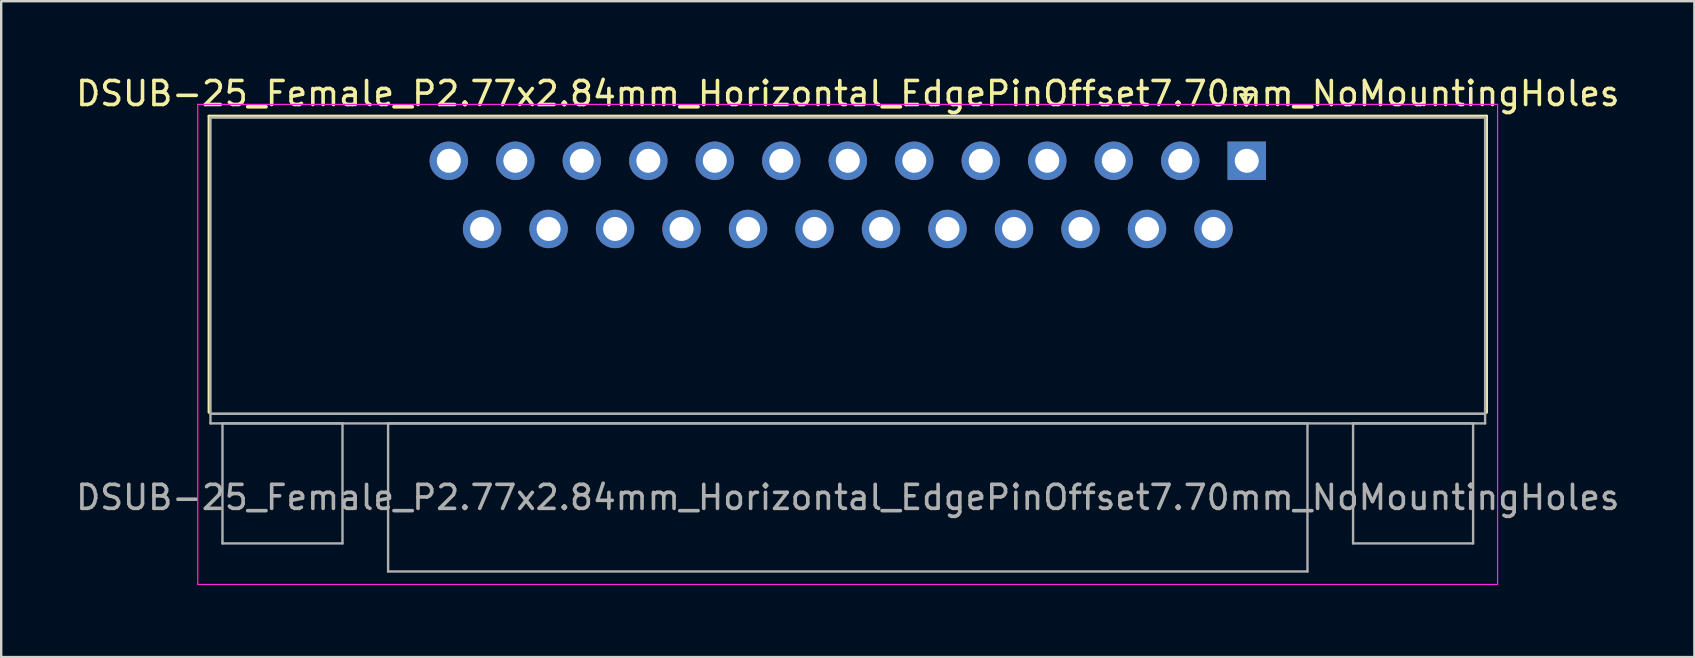
<source format=kicad_pcb>
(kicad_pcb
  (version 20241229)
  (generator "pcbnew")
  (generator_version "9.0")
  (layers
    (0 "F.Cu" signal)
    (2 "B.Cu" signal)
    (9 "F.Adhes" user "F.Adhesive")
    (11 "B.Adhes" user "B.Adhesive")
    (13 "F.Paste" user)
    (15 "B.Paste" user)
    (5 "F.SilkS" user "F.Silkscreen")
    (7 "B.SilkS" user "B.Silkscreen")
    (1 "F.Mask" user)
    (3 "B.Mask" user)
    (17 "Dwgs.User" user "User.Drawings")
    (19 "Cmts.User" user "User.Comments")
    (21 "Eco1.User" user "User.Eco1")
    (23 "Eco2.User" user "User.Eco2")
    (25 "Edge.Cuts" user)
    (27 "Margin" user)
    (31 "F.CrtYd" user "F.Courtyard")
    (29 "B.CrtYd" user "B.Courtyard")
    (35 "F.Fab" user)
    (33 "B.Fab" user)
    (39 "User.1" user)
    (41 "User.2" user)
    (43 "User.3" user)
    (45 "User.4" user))
  (footprint "DSUB-25_Female_P2.77x2.84mm_Horizontal_EdgePinOffset7.70mm_NoMountingHoles"
    (layer "F.Cu")
    (at 48.888 3.648)
    (property "Reference" "DSUB-25_Female_P2.77x2.84mm_Horizontal_EdgePinOffset7.70mm_NoMountingHoles" (at -16.62 -2.8 0) (layer "F.SilkS") (effects (font (size 1 1) (thickness 0.15))))
    (attr through_hole)
    (fp_line (start -43.23 -1.86) (end 9.99 -1.86) (stroke (width 0.12) (type solid)) (layer "F.SilkS"))
    (fp_line (start -43.23 10.48) (end -43.23 -1.86) (stroke (width 0.12) (type solid)) (layer "F.SilkS"))
    (fp_line (start -0.25 -2.754) (end 0.25 -2.754) (stroke (width 0.12) (type solid)) (layer "F.SilkS"))
    (fp_line (start 0 -2.321) (end -0.25 -2.754) (stroke (width 0.12) (type solid)) (layer "F.SilkS"))
    (fp_line (start 0.25 -2.754) (end 0 -2.321) (stroke (width 0.12) (type solid)) (layer "F.SilkS"))
    (fp_line (start 9.99 -1.86) (end 9.99 10.48) (stroke (width 0.12) (type solid)) (layer "F.SilkS"))
    (fp_line (start -43.7 -2.35) (end -43.7 17.65) (stroke (width 0.05) (type solid)) (layer "F.CrtYd"))
    (fp_line (start -43.7 17.65) (end 10.45 17.65) (stroke (width 0.05) (type solid)) (layer "F.CrtYd"))
    (fp_line (start 10.45 -2.35) (end -43.7 -2.35) (stroke (width 0.05) (type solid)) (layer "F.CrtYd"))
    (fp_line (start 10.45 17.65) (end 10.45 -2.35) (stroke (width 0.05) (type solid)) (layer "F.CrtYd"))
    (fp_line (start -43.17 -1.8) (end -43.17 10.54) (stroke (width 0.1) (type solid)) (layer "F.Fab"))
    (fp_line (start -43.17 10.54) (end -43.17 10.94) (stroke (width 0.1) (type solid)) (layer "F.Fab"))
    (fp_line (start -43.17 10.54) (end 9.93 10.54) (stroke (width 0.1) (type solid)) (layer "F.Fab"))
    (fp_line (start -43.17 10.94) (end 9.93 10.94) (stroke (width 0.1) (type solid)) (layer "F.Fab"))
    (fp_line (start -42.67 10.94) (end -42.67 15.94) (stroke (width 0.1) (type solid)) (layer "F.Fab"))
    (fp_line (start -42.67 15.94) (end -37.67 15.94) (stroke (width 0.1) (type solid)) (layer "F.Fab"))
    (fp_line (start -37.67 10.94) (end -42.67 10.94) (stroke (width 0.1) (type solid)) (layer "F.Fab"))
    (fp_line (start -37.67 15.94) (end -37.67 10.94) (stroke (width 0.1) (type solid)) (layer "F.Fab"))
    (fp_line (start -35.77 10.94) (end -35.77 17.11) (stroke (width 0.1) (type solid)) (layer "F.Fab"))
    (fp_line (start -35.77 17.11) (end 2.53 17.11) (stroke (width 0.1) (type solid)) (layer "F.Fab"))
    (fp_line (start 2.53 10.94) (end -35.77 10.94) (stroke (width 0.1) (type solid)) (layer "F.Fab"))
    (fp_line (start 2.53 17.11) (end 2.53 10.94) (stroke (width 0.1) (type solid)) (layer "F.Fab"))
    (fp_line (start 4.43 10.94) (end 4.43 15.94) (stroke (width 0.1) (type solid)) (layer "F.Fab"))
    (fp_line (start 4.43 15.94) (end 9.43 15.94) (stroke (width 0.1) (type solid)) (layer "F.Fab"))
    (fp_line (start 9.43 10.94) (end 4.43 10.94) (stroke (width 0.1) (type solid)) (layer "F.Fab"))
    (fp_line (start 9.43 15.94) (end 9.43 10.94) (stroke (width 0.1) (type solid)) (layer "F.Fab"))
    (fp_line (start 9.93 -1.8) (end -43.17 -1.8) (stroke (width 0.1) (type solid)) (layer "F.Fab"))
    (fp_line (start 9.93 10.54) (end -43.17 10.54) (stroke (width 0.1) (type solid)) (layer "F.Fab"))
    (fp_line (start 9.93 10.54) (end 9.93 -1.8) (stroke (width 0.1) (type solid)) (layer "F.Fab"))
    (fp_line (start 9.93 10.94) (end 9.93 10.54) (stroke (width 0.1) (type solid)) (layer "F.Fab"))
    (fp_text user "${REFERENCE}" (at -16.62 14.025 0) (layer "F.Fab") (effects (font (size 1 1) (thickness 0.15))))
    (pad "1" thru_hole rect (at 0 0) (size 1.6 1.6) (drill 1) (layers "*.Cu" "*.Mask"))
    (pad "2" thru_hole circle (at -2.77 0) (size 1.6 1.6) (drill 1) (layers "*.Cu" "*.Mask"))
    (pad "3" thru_hole circle (at -5.54 0) (size 1.6 1.6) (drill 1) (layers "*.Cu" "*.Mask"))
    (pad "4" thru_hole circle (at -8.31 0) (size 1.6 1.6) (drill 1) (layers "*.Cu" "*.Mask"))
    (pad "5" thru_hole circle (at -11.08 0) (size 1.6 1.6) (drill 1) (layers "*.Cu" "*.Mask"))
    (pad "6" thru_hole circle (at -13.85 0) (size 1.6 1.6) (drill 1) (layers "*.Cu" "*.Mask"))
    (pad "7" thru_hole circle (at -16.62 0) (size 1.6 1.6) (drill 1) (layers "*.Cu" "*.Mask"))
    (pad "8" thru_hole circle (at -19.39 0) (size 1.6 1.6) (drill 1) (layers "*.Cu" "*.Mask"))
    (pad "9" thru_hole circle (at -22.16 0) (size 1.6 1.6) (drill 1) (layers "*.Cu" "*.Mask"))
    (pad "10" thru_hole circle (at -24.93 0) (size 1.6 1.6) (drill 1) (layers "*.Cu" "*.Mask"))
    (pad "11" thru_hole circle (at -27.7 0) (size 1.6 1.6) (drill 1) (layers "*.Cu" "*.Mask"))
    (pad "12" thru_hole circle (at -30.47 0) (size 1.6 1.6) (drill 1) (layers "*.Cu" "*.Mask"))
    (pad "13" thru_hole circle (at -33.24 0) (size 1.6 1.6) (drill 1) (layers "*.Cu" "*.Mask"))
    (pad "14" thru_hole circle (at -1.385 2.84) (size 1.6 1.6) (drill 1) (layers "*.Cu" "*.Mask"))
    (pad "15" thru_hole circle (at -4.155 2.84) (size 1.6 1.6) (drill 1) (layers "*.Cu" "*.Mask"))
    (pad "16" thru_hole circle (at -6.925 2.84) (size 1.6 1.6) (drill 1) (layers "*.Cu" "*.Mask"))
    (pad "17" thru_hole circle (at -9.695 2.84) (size 1.6 1.6) (drill 1) (layers "*.Cu" "*.Mask"))
    (pad "18" thru_hole circle (at -12.465 2.84) (size 1.6 1.6) (drill 1) (layers "*.Cu" "*.Mask"))
    (pad "19" thru_hole circle (at -15.235 2.84) (size 1.6 1.6) (drill 1) (layers "*.Cu" "*.Mask"))
    (pad "20" thru_hole circle (at -18.005 2.84) (size 1.6 1.6) (drill 1) (layers "*.Cu" "*.Mask"))
    (pad "21" thru_hole circle (at -20.775 2.84) (size 1.6 1.6) (drill 1) (layers "*.Cu" "*.Mask"))
    (pad "22" thru_hole circle (at -23.545 2.84) (size 1.6 1.6) (drill 1) (layers "*.Cu" "*.Mask"))
    (pad "23" thru_hole circle (at -26.315 2.84) (size 1.6 1.6) (drill 1) (layers "*.Cu" "*.Mask"))
    (pad "24" thru_hole circle (at -29.085 2.84) (size 1.6 1.6) (drill 1) (layers "*.Cu" "*.Mask"))
    (pad "25" thru_hole circle (at -31.855 2.84) (size 1.6 1.6) (drill 1) (layers "*.Cu" "*.Mask")))
  (gr_rect
    (start -3 -3)
    (end 67.536 24.323)
    (stroke (width 0.1) (type default))
    (fill no)
    (layer "Edge.Cuts")))
</source>
